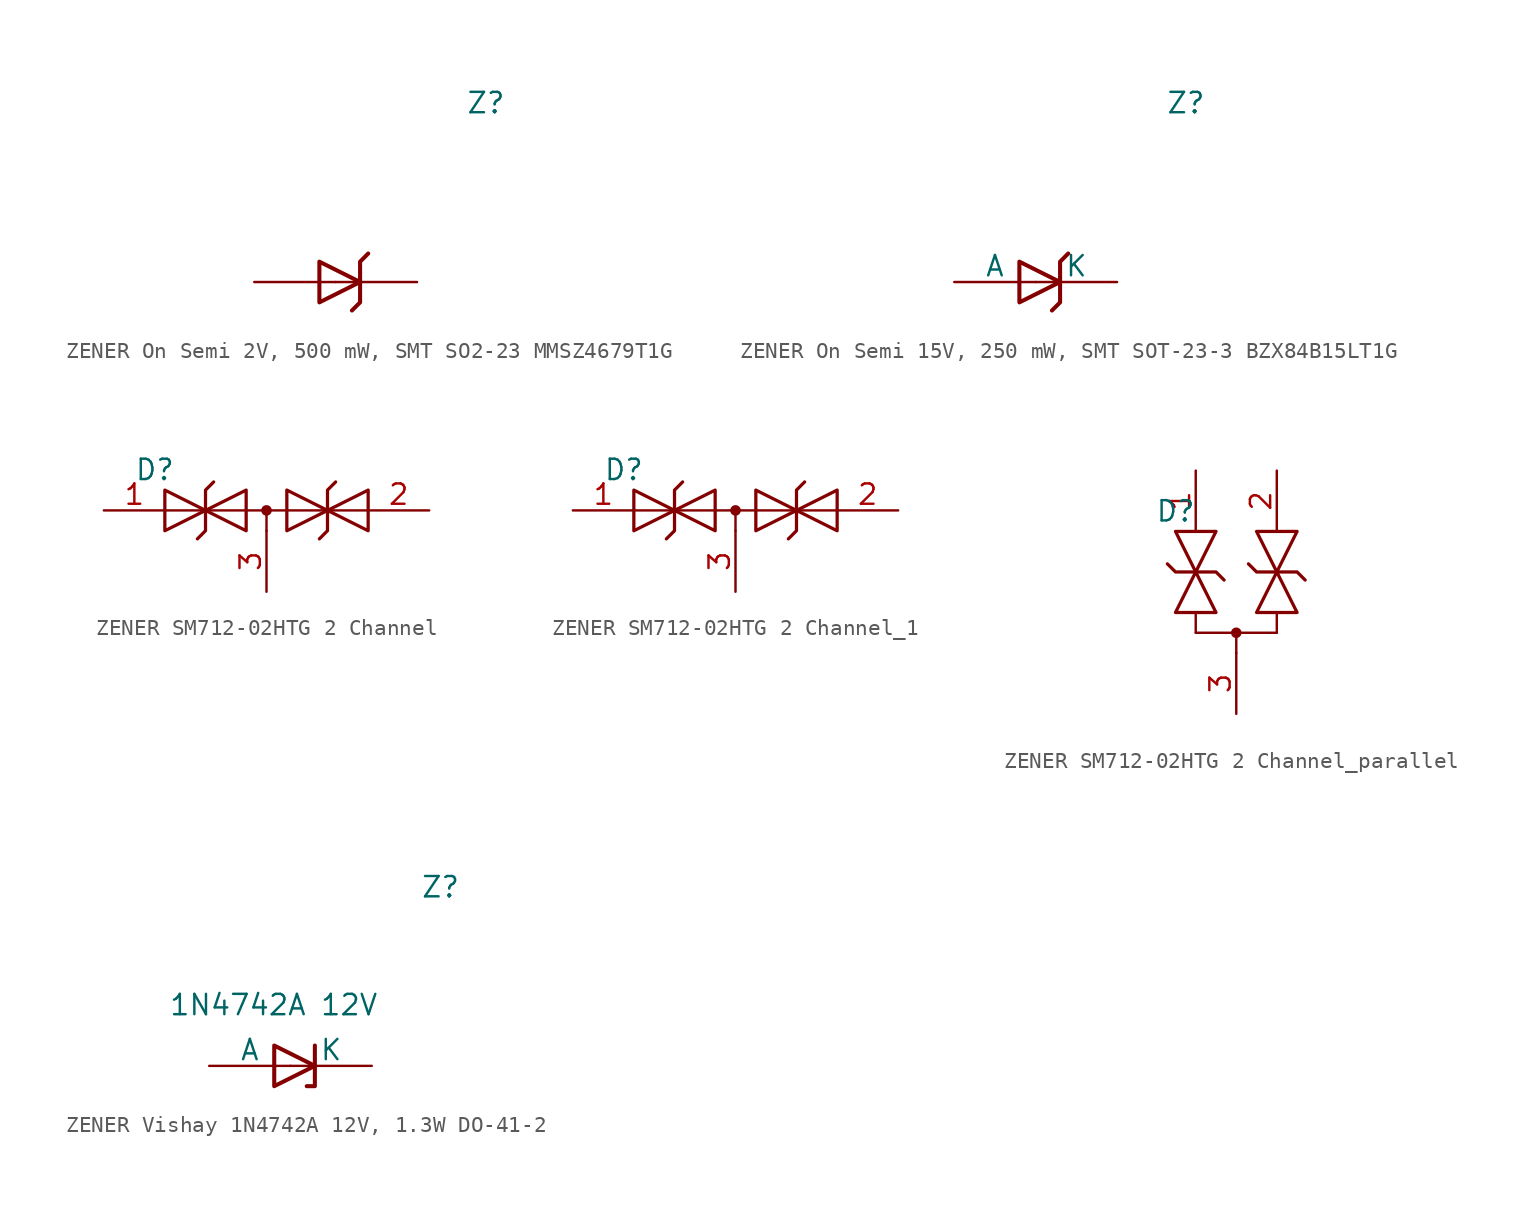
<source format=kicad_sym>
(kicad_symbol_lib
  (version 20241209)
  (generator "kicad_symbol_editor")
  (generator_version "9.0")
  (symbol "ZENER On Semi 2V, 500 mW, SMT SO2-23 MMSZ4679T1G"
    (pin_numbers
      (hide yes))
    (pin_names
      (offset 0)
      (hide yes))
    (property "Reference" "Z"
      (at 8.128 11.176 0)
      (effects (font (size 1.27 1.27)) (justify left)))
    (symbol "ZENER On Semi 2V, 500 mW, SMT SO2-23 MMSZ4679T1G_0_1"
      (polyline (pts (xy -1.016 1.27) (xy -1.016 -1.27) (xy 1.524 0) (xy -1.016 1.27)) (stroke (width 0.254) (type default)) (fill (type none)))
      (polyline (pts (xy 1.524 0) (xy 1.524 1.27) (xy 2.032 1.778)) (stroke (width 0.254) (type default)) (fill (type none)))
      (polyline (pts (xy 1.524 0) (xy 1.524 -1.27) (xy 1.016 -1.778)) (stroke (width 0.254) (type default)) (fill (type none))))
    (symbol "ZENER On Semi 2V, 500 mW, SMT SO2-23 MMSZ4679T1G_1_1"
      (pin passive line (at -5.08 0 0) (length 5.08) (name "A" (effects (font (size 1.27 1.27)))) (number "2" (effects (font (size 1.27 1.27)))))
      (pin passive line (at 5.08 0 180) (length 5.08) (name "K" (effects (font (size 1.27 1.27)))) (number "1" (effects (font (size 1.27 1.27)))))))
  (symbol "ZENER On Semi 15V, 250 mW, SMT SOT-23-3 BZX84B15LT1G"
    (pin_numbers
      (hide yes))
    (pin_names
      (offset 0))
    (property "Reference" "Z"
      (at 8.128 11.176 0)
      (effects (font (size 1.27 1.27)) (justify left)))
    (symbol "ZENER On Semi 15V, 250 mW, SMT SOT-23-3 BZX84B15LT1G_0_1"
      (polyline (pts (xy -1.016 1.27) (xy -1.016 -1.27) (xy 1.524 0) (xy -1.016 1.27)) (stroke (width 0.254) (type default)) (fill (type none)))
      (polyline (pts (xy 1.524 0) (xy 1.524 1.27) (xy 2.032 1.778)) (stroke (width 0.254) (type default)) (fill (type none)))
      (polyline (pts (xy 1.524 0) (xy 1.524 -1.27) (xy 1.016 -1.778)) (stroke (width 0.254) (type default)) (fill (type none))))
    (symbol "ZENER On Semi 15V, 250 mW, SMT SOT-23-3 BZX84B15LT1G_1_1"
      (pin passive line (at -5.08 0 0) (length 5.08) (name "A" (effects (font (size 1.27 1.27)))) (number "2" (effects (font (size 1.27 1.27)))))
      (pin passive line (at 5.08 0 180) (length 5.08) (name "K" (effects (font (size 1.27 1.27)))) (number "1" (effects (font (size 1.27 1.27)))))))
  (symbol "ZENER SM712-02HTG 2 Channel"
    (pin_names
      (offset 0)
      (hide yes))
    (property "Reference" "D"
      (at -8.255 2.54 0)
      (effects (font (size 1.27 1.27)) (justify left)))
    (symbol "ZENER SM712-02HTG 2 Channel_0_0"
      (polyline (pts (xy 0 -1.27) (xy 0 0)) (stroke (width 0) (type default)) (fill (type none))))
    (symbol "ZENER SM712-02HTG 2 Channel_0_1"
      (polyline (pts (xy -6.35 0) (xy 6.35 0)) (stroke (width 0) (type default)) (fill (type none)))
      (polyline (pts (xy -6.35 -1.27) (xy -1.27 1.27) (xy -1.27 -1.27) (xy -6.35 1.27) (xy -6.35 -1.27)) (stroke (width 0.203) (type default)) (fill (type none)))
      (polyline (pts (xy -3.302 1.778) (xy -3.81 1.27) (xy -3.81 -1.27) (xy -4.318 -1.778)) (stroke (width 0.203) (type default)) (fill (type none)))
      (circle (center 0 0) (radius 0.254) (stroke (width 0) (type default)) (fill (type outline)))
      (polyline (pts (xy 1.27 -1.27) (xy 1.27 1.27) (xy 6.35 -1.27) (xy 6.35 1.27) (xy 1.27 -1.27)) (stroke (width 0.203) (type default)) (fill (type none)))
      (polyline (pts (xy 4.318 1.778) (xy 3.81 1.27) (xy 3.81 -1.27) (xy 3.302 -1.778)) (stroke (width 0.203) (type default)) (fill (type none))))
    (symbol "ZENER SM712-02HTG 2 Channel_1_1"
      (pin passive line (at -10.16 0 0) (length 3.81) (name "A1" (effects (font (size 1.27 1.27)))) (number "1" (effects (font (size 1.27 1.27)))))
      (pin passive line (at 0 -5.08 90) (length 3.81) (name "common" (effects (font (size 1.27 1.27)))) (number "3" (effects (font (size 1.27 1.27)))))
      (pin passive line (at 10.16 0 180) (length 3.81) (name "A2" (effects (font (size 1.27 1.27)))) (number "2" (effects (font (size 1.27 1.27)))))))
  (symbol "ZENER SM712-02HTG 2 Channel_1"
    (pin_names
      (offset 0)
      (hide yes))
    (property "Reference" "D"
      (at -8.255 2.54 0)
      (effects (font (size 1.27 1.27)) (justify left)))
    (symbol "ZENER SM712-02HTG 2 Channel_1_0_0"
      (polyline (pts (xy 0 -1.27) (xy 0 0)) (stroke (width 0) (type default)) (fill (type none))))
    (symbol "ZENER SM712-02HTG 2 Channel_1_0_1"
      (polyline (pts (xy -6.35 0) (xy 6.35 0)) (stroke (width 0) (type default)) (fill (type none)))
      (polyline (pts (xy -6.35 -1.27) (xy -1.27 1.27) (xy -1.27 -1.27) (xy -6.35 1.27) (xy -6.35 -1.27)) (stroke (width 0.203) (type default)) (fill (type none)))
      (polyline (pts (xy -3.302 1.778) (xy -3.81 1.27) (xy -3.81 -1.27) (xy -4.318 -1.778)) (stroke (width 0.203) (type default)) (fill (type none)))
      (circle (center 0 0) (radius 0.254) (stroke (width 0) (type default)) (fill (type outline)))
      (polyline (pts (xy 1.27 -1.27) (xy 1.27 1.27) (xy 6.35 -1.27) (xy 6.35 1.27) (xy 1.27 -1.27)) (stroke (width 0.203) (type default)) (fill (type none)))
      (polyline (pts (xy 4.318 1.778) (xy 3.81 1.27) (xy 3.81 -1.27) (xy 3.302 -1.778)) (stroke (width 0.203) (type default)) (fill (type none))))
    (symbol "ZENER SM712-02HTG 2 Channel_1_1_1"
      (pin passive line (at -10.16 0 0) (length 3.81) (name "A1" (effects (font (size 1.27 1.27)))) (number "1" (effects (font (size 1.27 1.27)))))
      (pin passive line (at 0 -5.08 90) (length 3.81) (name "common" (effects (font (size 1.27 1.27)))) (number "3" (effects (font (size 1.27 1.27)))))
      (pin passive line (at 10.16 0 180) (length 3.81) (name "A2" (effects (font (size 1.27 1.27)))) (number "2" (effects (font (size 1.27 1.27)))))))
  (symbol "ZENER SM712-02HTG 2 Channel_parallel"
    (pin_names
      (offset 0)
      (hide yes))
    (property "Reference" "D"
      (at -5.08 7.62 0)
      (effects (font (size 1.27 1.27)) (justify left)))
    (symbol "ZENER SM712-02HTG 2 Channel_parallel_0_0"
      (polyline (pts (xy 0 -1.27) (xy 0 0)) (stroke (width 0) (type default)) (fill (type none))))
    (symbol "ZENER SM712-02HTG 2 Channel_parallel_0_1"
      (polyline (pts (xy -3.81 6.35) (xy -1.27 1.27) (xy -3.81 1.27) (xy -1.27 6.35) (xy -3.81 6.35)) (stroke (width 0.203) (type default)) (fill (type none)))
      (polyline (pts (xy -2.54 0) (xy -2.54 1.27)) (stroke (width 0) (type default)) (fill (type none)))
      (polyline (pts (xy -2.54 0) (xy 2.54 0)) (stroke (width 0) (type default)) (fill (type none)))
      (polyline (pts (xy -0.762 3.302) (xy -1.27 3.81) (xy -3.81 3.81) (xy -4.318 4.318)) (stroke (width 0.203) (type default)) (fill (type none)))
      (circle (center 0 0) (radius 0.254) (stroke (width 0) (type default)) (fill (type outline)))
      (polyline (pts (xy 0.762 4.318) (xy 1.27 3.81) (xy 3.81 3.81) (xy 4.318 3.302)) (stroke (width 0.203) (type default)) (fill (type none)))
      (polyline (pts (xy 2.54 0) (xy 2.54 1.27)) (stroke (width 0) (type default)) (fill (type none)))
      (polyline (pts (xy 3.81 1.27) (xy 1.27 1.27) (xy 3.81 6.35) (xy 1.27 6.35) (xy 3.81 1.27)) (stroke (width 0.203) (type default)) (fill (type none))))
    (symbol "ZENER SM712-02HTG 2 Channel_parallel_1_1"
      (pin passive line (at -2.54 10.16 270) (length 3.81) (name "A1" (effects (font (size 1.27 1.27)))) (number "1" (effects (font (size 1.27 1.27)))))
      (pin passive line (at 0 -5.08 90) (length 3.81) (name "common" (effects (font (size 1.27 1.27)))) (number "3" (effects (font (size 1.27 1.27)))))
      (pin passive line (at 2.54 10.16 270) (length 3.81) (name "A2" (effects (font (size 1.27 1.27)))) (number "2" (effects (font (size 1.27 1.27)))))))
  (symbol "ZENER Vishay 1N4742A 12V, 1.3W DO-41-2"
    (pin_numbers
      (hide yes))
    (pin_names
      (offset 0))
    (property "Reference" "Z"
      (at 8.128 11.176 0)
      (effects (font (size 1.27 1.27)) (justify left)))
    (property "Value" "1N4742A 12V"
      (at -7.62 3.81 0)
      (effects (font (size 1.27 1.27)) (justify left)))
    (symbol "ZENER Vishay 1N4742A 12V, 1.3W DO-41-2_0_1"
      (polyline (pts (xy -1.016 1.27) (xy -1.016 -1.27) (xy 1.524 0) (xy -1.016 1.27)) (stroke (width 0.254) (type default)) (fill (type none)))
      (polyline (pts (xy 1.524 1.27) (xy 1.524 -1.27) (xy 1.016 -1.27)) (stroke (width 0.254) (type default)) (fill (type none))))
    (symbol "ZENER Vishay 1N4742A 12V, 1.3W DO-41-2_1_1"
      (pin passive line (at -5.08 0 0) (length 5.08) (name "A" (effects (font (size 1.27 1.27)))) (number "2" (effects (font (size 1.27 1.27)))))
      (pin passive line (at 5.08 0 180) (length 5.08) (name "K" (effects (font (size 1.27 1.27)))) (number "1" (effects (font (size 1.27 1.27))))))))
</source>
